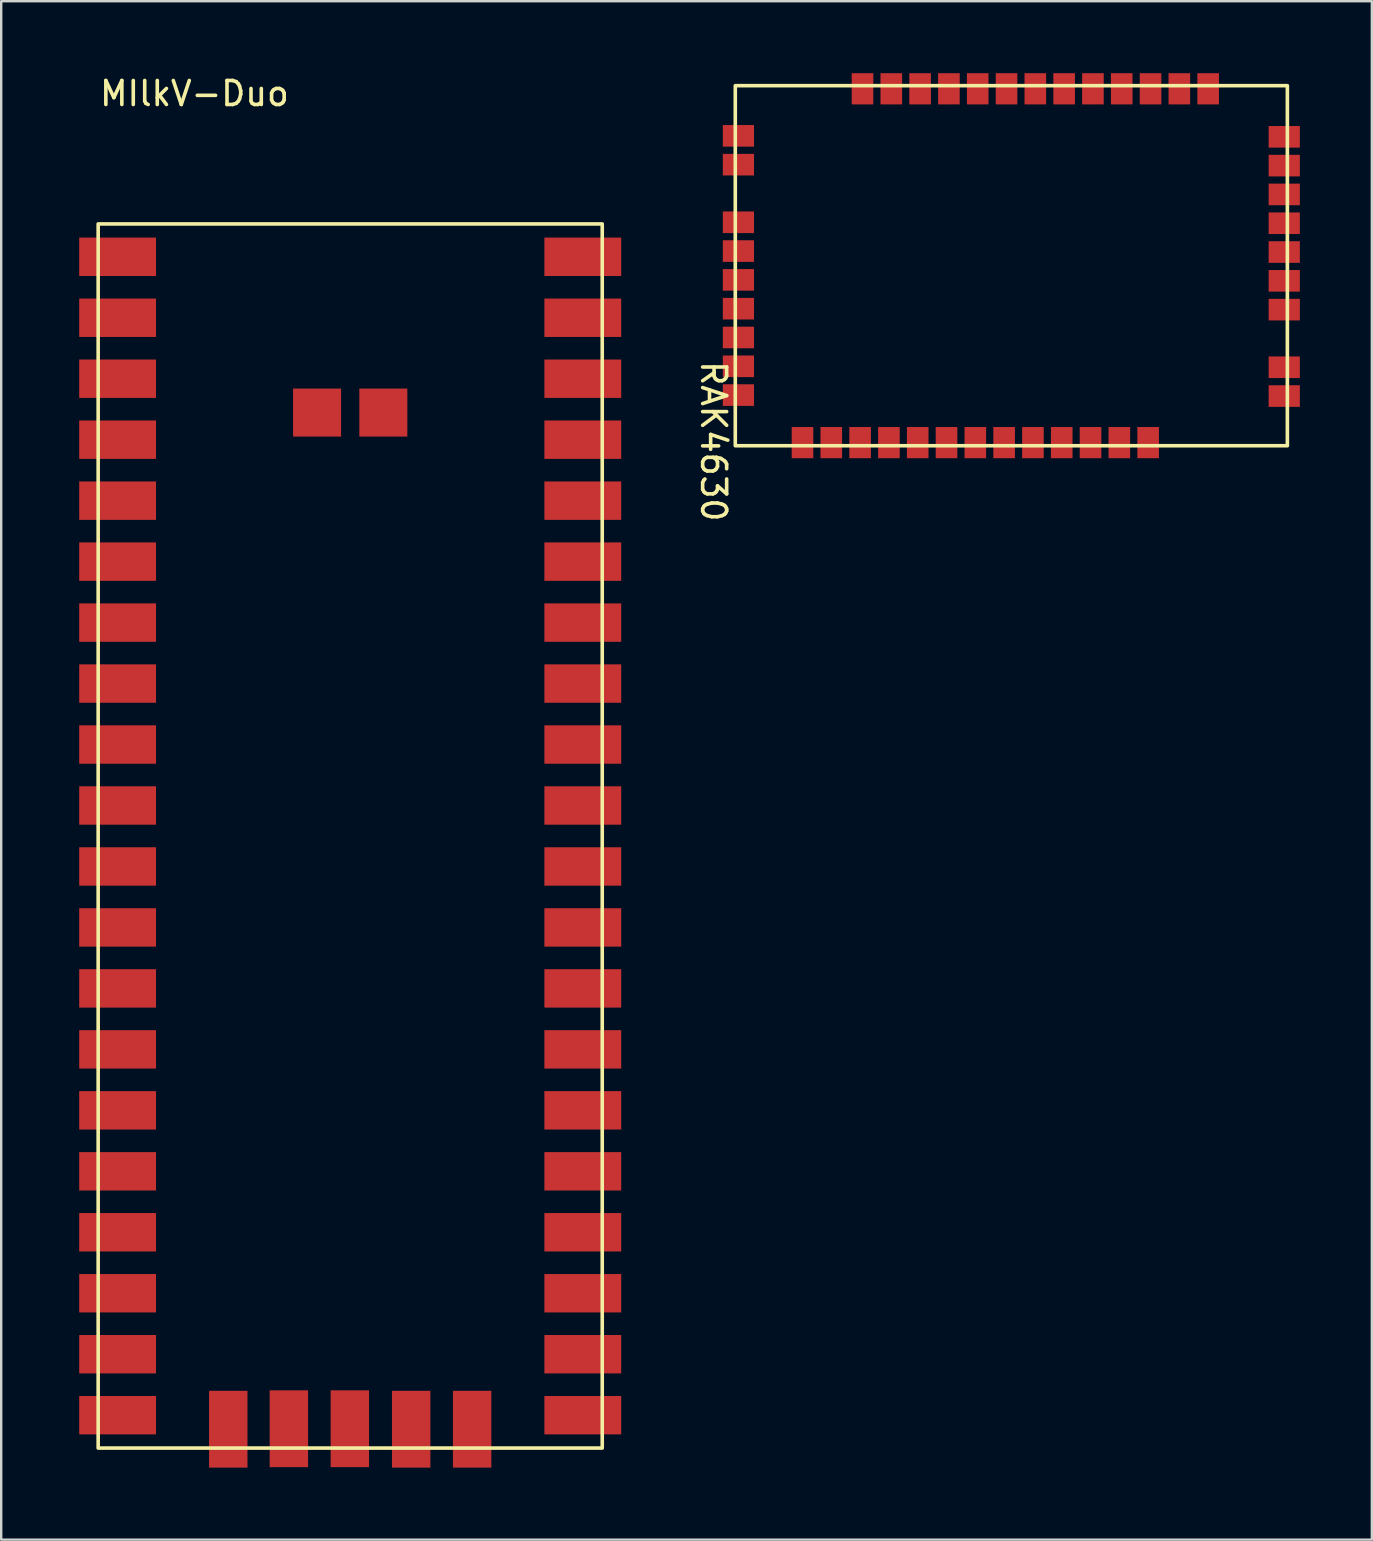
<source format=kicad_pcb>
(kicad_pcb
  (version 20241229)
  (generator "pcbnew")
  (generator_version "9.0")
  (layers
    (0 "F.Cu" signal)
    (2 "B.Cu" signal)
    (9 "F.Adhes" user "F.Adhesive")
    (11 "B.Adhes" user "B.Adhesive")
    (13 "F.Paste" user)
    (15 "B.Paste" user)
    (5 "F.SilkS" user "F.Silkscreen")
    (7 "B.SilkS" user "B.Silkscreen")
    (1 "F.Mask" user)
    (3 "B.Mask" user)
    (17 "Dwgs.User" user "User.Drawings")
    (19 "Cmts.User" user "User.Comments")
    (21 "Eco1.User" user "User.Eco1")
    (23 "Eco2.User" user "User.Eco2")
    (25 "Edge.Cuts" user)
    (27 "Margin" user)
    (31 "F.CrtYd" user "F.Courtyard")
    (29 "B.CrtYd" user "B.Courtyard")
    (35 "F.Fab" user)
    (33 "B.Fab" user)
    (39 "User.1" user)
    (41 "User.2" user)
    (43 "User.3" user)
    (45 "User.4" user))
  (footprint "RAK4630"
    (layer "F.Cu")
    (at 27.583 0.52)
    (property "Reference" "RAK4630" (at -0.905 14.815 270) (unlocked yes) (layer "F.SilkS") (effects (font (size 1 1) (thickness 0.15))))
    (attr smd)
    (fp_rect (start 0 0) (end 23 15) (stroke (width 0.15) (type default)) (fill no) (layer "F.SilkS"))
    (pad "1" smd rect (at 19.7 0.13) (size 0.9 1.3) (layers "F.Cu" "F.Mask" "F.Paste"))
    (pad "2" smd rect (at 18.5 0.13) (size 0.9 1.3) (layers "F.Cu" "F.Mask" "F.Paste"))
    (pad "3" smd rect (at 17.3 0.13) (size 0.9 1.3) (layers "F.Cu" "F.Mask" "F.Paste"))
    (pad "4" smd rect (at 16.1 0.13) (size 0.9 1.3) (layers "F.Cu" "F.Mask" "F.Paste"))
    (pad "5" smd rect (at 14.9 0.13) (size 0.9 1.3) (layers "F.Cu" "F.Mask" "F.Paste"))
    (pad "6" smd rect (at 13.7 0.13) (size 0.9 1.3) (layers "F.Cu" "F.Mask" "F.Paste"))
    (pad "7" smd rect (at 12.5 0.13) (size 0.9 1.3) (layers "F.Cu" "F.Mask" "F.Paste"))
    (pad "8" smd rect (at 11.3 0.13) (size 0.9 1.3) (layers "F.Cu" "F.Mask" "F.Paste"))
    (pad "9" smd rect (at 10.1 0.13) (size 0.9 1.3) (layers "F.Cu" "F.Mask" "F.Paste"))
    (pad "10" smd rect (at 8.9 0.13) (size 0.9 1.3) (layers "F.Cu" "F.Mask" "F.Paste"))
    (pad "11" smd rect (at 7.7 0.13) (size 0.9 1.3) (layers "F.Cu" "F.Mask" "F.Paste"))
    (pad "12" smd rect (at 6.5 0.13) (size 0.9 1.3) (layers "F.Cu" "F.Mask" "F.Paste"))
    (pad "13" smd rect (at 5.3 0.13) (size 0.9 1.3) (layers "F.Cu" "F.Mask" "F.Paste"))
    (pad "14" smd rect (at 0.13 2.09 90) (size 0.9 1.3) (layers "F.Cu" "F.Mask" "F.Paste"))
    (pad "15" smd rect (at 0.13 3.29 90) (size 0.9 1.3) (layers "F.Cu" "F.Mask" "F.Paste"))
    (pad "16" smd rect (at 0.13 5.69 90) (size 0.9 1.3) (layers "F.Cu" "F.Mask" "F.Paste"))
    (pad "17" smd rect (at 0.13 6.89 90) (size 0.9 1.3) (layers "F.Cu" "F.Mask" "F.Paste"))
    (pad "18" smd rect (at 0.13 8.09 90) (size 0.9 1.3) (layers "F.Cu" "F.Mask" "F.Paste"))
    (pad "19" smd rect (at 0.13 9.29 90) (size 0.9 1.3) (layers "F.Cu" "F.Mask" "F.Paste"))
    (pad "20" smd rect (at 0.13 10.49 90) (size 0.9 1.3) (layers "F.Cu" "F.Mask" "F.Paste"))
    (pad "21" smd rect (at 0.13 11.69 90) (size 0.9 1.3) (layers "F.Cu" "F.Mask" "F.Paste"))
    (pad "22" smd rect (at 0.13 12.89 90) (size 0.9 1.3) (layers "F.Cu" "F.Mask" "F.Paste"))
    (pad "23" smd rect (at 2.8 14.87 180) (size 0.9 1.3) (layers "F.Cu" "F.Mask" "F.Paste"))
    (pad "24" smd rect (at 4 14.87 180) (size 0.9 1.3) (layers "F.Cu" "F.Mask" "F.Paste"))
    (pad "25" smd rect (at 5.2 14.87 180) (size 0.9 1.3) (layers "F.Cu" "F.Mask" "F.Paste"))
    (pad "26" smd rect (at 6.4 14.87 180) (size 0.9 1.3) (layers "F.Cu" "F.Mask" "F.Paste"))
    (pad "27" smd rect (at 7.6 14.87 180) (size 0.9 1.3) (layers "F.Cu" "F.Mask" "F.Paste"))
    (pad "28" smd rect (at 8.8 14.87 180) (size 0.9 1.3) (layers "F.Cu" "F.Mask" "F.Paste"))
    (pad "29" smd rect (at 10 14.87 180) (size 0.9 1.3) (layers "F.Cu" "F.Mask" "F.Paste"))
    (pad "30" smd rect (at 11.2 14.87 180) (size 0.9 1.3) (layers "F.Cu" "F.Mask" "F.Paste"))
    (pad "31" smd rect (at 12.4 14.87 180) (size 0.9 1.3) (layers "F.Cu" "F.Mask" "F.Paste"))
    (pad "32" smd rect (at 13.6 14.87 180) (size 0.9 1.3) (layers "F.Cu" "F.Mask" "F.Paste"))
    (pad "33" smd rect (at 14.8 14.87 180) (size 0.9 1.3) (layers "F.Cu" "F.Mask" "F.Paste"))
    (pad "34" smd rect (at 16 14.87 180) (size 0.9 1.3) (layers "F.Cu" "F.Mask" "F.Paste"))
    (pad "35" smd rect (at 17.2 14.87 180) (size 0.9 1.3) (layers "F.Cu" "F.Mask" "F.Paste"))
    (pad "36" smd rect (at 22.87 12.93 270) (size 0.9 1.3) (layers "F.Cu" "F.Mask" "F.Paste"))
    (pad "37" smd rect (at 22.87 11.73 270) (size 0.9 1.3) (layers "F.Cu" "F.Mask" "F.Paste"))
    (pad "38" smd rect (at 22.87 9.33 270) (size 0.9 1.3) (layers "F.Cu" "F.Mask" "F.Paste"))
    (pad "39" smd rect (at 22.87 8.13 270) (size 0.9 1.3) (layers "F.Cu" "F.Mask" "F.Paste"))
    (pad "40" smd rect (at 22.87 6.93 270) (size 0.9 1.3) (layers "F.Cu" "F.Mask" "F.Paste"))
    (pad "41" smd rect (at 22.87 5.73 270) (size 0.9 1.3) (layers "F.Cu" "F.Mask" "F.Paste"))
    (pad "42" smd rect (at 22.87 4.53 270) (size 0.9 1.3) (layers "F.Cu" "F.Mask" "F.Paste"))
    (pad "43" smd rect (at 22.87 3.33 270) (size 0.9 1.3) (layers "F.Cu" "F.Mask" "F.Paste"))
    (pad "44" smd rect (at 22.87 2.13 270) (size 0.9 1.3) (layers "F.Cu" "F.Mask" "F.Paste")))
  (footprint "MIlkV-Duo"
    (layer "F.Cu")
    (at 0.25 6.848)
    (property "Reference" "MIlkV-Duo" (at 4.8 -6 0) (unlocked yes) (layer "F.SilkS") (effects (font (size 1 1) (thickness 0.15))))
    (attr smd)
    (fp_rect (start 0.79 -0.57) (end 21.79 50.43) (stroke (width 0.15) (type default)) (fill no) (layer "F.SilkS"))
    (pad "1" smd rect (at 1.6 0.8) (size 3.2 1.6) (layers "F.Cu" "F.Mask" "F.Paste"))
    (pad "2" smd rect (at 1.6 3.34) (size 3.2 1.6) (layers "F.Cu" "F.Mask" "F.Paste"))
    (pad "3" smd rect (at 1.6 5.88) (size 3.2 1.6) (layers "F.Cu" "F.Mask" "F.Paste"))
    (pad "4" smd rect (at 1.6 8.42) (size 3.2 1.6) (layers "F.Cu" "F.Mask" "F.Paste"))
    (pad "5" smd rect (at 1.6 10.96) (size 3.2 1.6) (layers "F.Cu" "F.Mask" "F.Paste"))
    (pad "6" smd rect (at 1.6 13.5) (size 3.2 1.6) (layers "F.Cu" "F.Mask" "F.Paste"))
    (pad "7" smd rect (at 1.6 16.04) (size 3.2 1.6) (layers "F.Cu" "F.Mask" "F.Paste"))
    (pad "8" smd rect (at 1.6 18.58) (size 3.2 1.6) (layers "F.Cu" "F.Mask" "F.Paste"))
    (pad "9" smd rect (at 1.6 21.12) (size 3.2 1.6) (layers "F.Cu" "F.Mask" "F.Paste"))
    (pad "10" smd rect (at 1.6 23.66) (size 3.2 1.6) (layers "F.Cu" "F.Mask" "F.Paste"))
    (pad "11" smd rect (at 1.6 26.2) (size 3.2 1.6) (layers "F.Cu" "F.Mask" "F.Paste"))
    (pad "12" smd rect (at 1.6 28.74) (size 3.2 1.6) (layers "F.Cu" "F.Mask" "F.Paste"))
    (pad "13" smd rect (at 1.6 31.28) (size 3.2 1.6) (layers "F.Cu" "F.Mask" "F.Paste"))
    (pad "14" smd rect (at 1.6 33.82) (size 3.2 1.6) (layers "F.Cu" "F.Mask" "F.Paste"))
    (pad "15" smd rect (at 1.6 36.36) (size 3.2 1.6) (layers "F.Cu" "F.Mask" "F.Paste"))
    (pad "16" smd rect (at 1.6 38.9) (size 3.2 1.6) (layers "F.Cu" "F.Mask" "F.Paste"))
    (pad "17" smd rect (at 1.6 41.44) (size 3.2 1.6) (layers "F.Cu" "F.Mask" "F.Paste"))
    (pad "18" smd rect (at 1.6 43.98) (size 3.2 1.6) (layers "F.Cu" "F.Mask" "F.Paste"))
    (pad "19" smd rect (at 1.6 46.52) (size 3.2 1.6) (layers "F.Cu" "F.Mask" "F.Paste"))
    (pad "20" smd rect (at 1.6 49.06) (size 3.2 1.6) (layers "F.Cu" "F.Mask" "F.Paste"))
    (pad "21" smd rect (at 20.98 49.06) (size 3.2 1.6) (layers "F.Cu" "F.Mask" "F.Paste"))
    (pad "22" smd rect (at 20.98 46.52) (size 3.2 1.6) (layers "F.Cu" "F.Mask" "F.Paste"))
    (pad "23" smd rect (at 20.98 43.98) (size 3.2 1.6) (layers "F.Cu" "F.Mask" "F.Paste"))
    (pad "24" smd rect (at 20.98 41.44) (size 3.2 1.6) (layers "F.Cu" "F.Mask" "F.Paste"))
    (pad "25" smd rect (at 20.98 38.9) (size 3.2 1.6) (layers "F.Cu" "F.Mask" "F.Paste"))
    (pad "26" smd rect (at 20.98 36.36) (size 3.2 1.6) (layers "F.Cu" "F.Mask" "F.Paste"))
    (pad "27" smd rect (at 20.98 33.82) (size 3.2 1.6) (layers "F.Cu" "F.Mask" "F.Paste"))
    (pad "28" smd rect (at 20.98 31.28) (size 3.2 1.6) (layers "F.Cu" "F.Mask" "F.Paste"))
    (pad "29" smd rect (at 20.98 28.74) (size 3.2 1.6) (layers "F.Cu" "F.Mask" "F.Paste"))
    (pad "30" smd rect (at 20.98 26.2) (size 3.2 1.6) (layers "F.Cu" "F.Mask" "F.Paste"))
    (pad "31" smd rect (at 20.98 23.66) (size 3.2 1.6) (layers "F.Cu" "F.Mask" "F.Paste"))
    (pad "32" smd rect (at 20.98 21.12) (size 3.2 1.6) (layers "F.Cu" "F.Mask" "F.Paste"))
    (pad "33" smd rect (at 20.98 18.58) (size 3.2 1.6) (layers "F.Cu" "F.Mask" "F.Paste"))
    (pad "34" smd rect (at 20.98 16.04) (size 3.2 1.6) (layers "F.Cu" "F.Mask" "F.Paste"))
    (pad "35" smd rect (at 20.98 13.5) (size 3.2 1.6) (layers "F.Cu" "F.Mask" "F.Paste"))
    (pad "36" smd rect (at 20.98 10.96) (size 3.2 1.6) (layers "F.Cu" "F.Mask" "F.Paste"))
    (pad "37" smd rect (at 20.98 8.42) (size 3.2 1.6) (layers "F.Cu" "F.Mask" "F.Paste"))
    (pad "38" smd rect (at 20.98 5.88) (size 3.2 1.6) (layers "F.Cu" "F.Mask" "F.Paste"))
    (pad "39" smd rect (at 20.98 3.34) (size 3.2 1.6) (layers "F.Cu" "F.Mask" "F.Paste"))
    (pad "40" smd rect (at 20.98 0.8) (size 3.2 1.6) (layers "F.Cu" "F.Mask" "F.Paste"))
    (pad "41" smd rect (at 16.37 49.645 90) (size 3.2 1.6) (layers "F.Cu" "F.Mask" "F.Paste"))
    (pad "42" smd rect (at 13.83 49.645 90) (size 3.2 1.6) (layers "F.Cu" "F.Mask" "F.Paste"))
    (pad "43" smd rect (at 11.275 49.625 90) (size 3.2 1.6) (layers "F.Cu" "F.Mask" "F.Paste"))
    (pad "44" smd rect (at 8.735 49.625 90) (size 3.2 1.6) (layers "F.Cu" "F.Mask" "F.Paste"))
    (pad "45" smd rect (at 6.21 49.645 90) (size 3.2 1.6) (layers "F.Cu" "F.Mask" "F.Paste"))
    (pad "46" smd rect (at 12.67 7.29) (size 2 2) (layers "F.Cu" "F.Mask" "F.Paste"))
    (pad "47" smd rect (at 9.91 7.29) (size 2 2) (layers "F.Cu" "F.Mask" "F.Paste")))
  (gr_rect
    (start -3 -3)
    (end 54.103 61.093)
    (stroke (width 0.1) (type default))
    (fill no)
    (layer "Edge.Cuts")))
</source>
